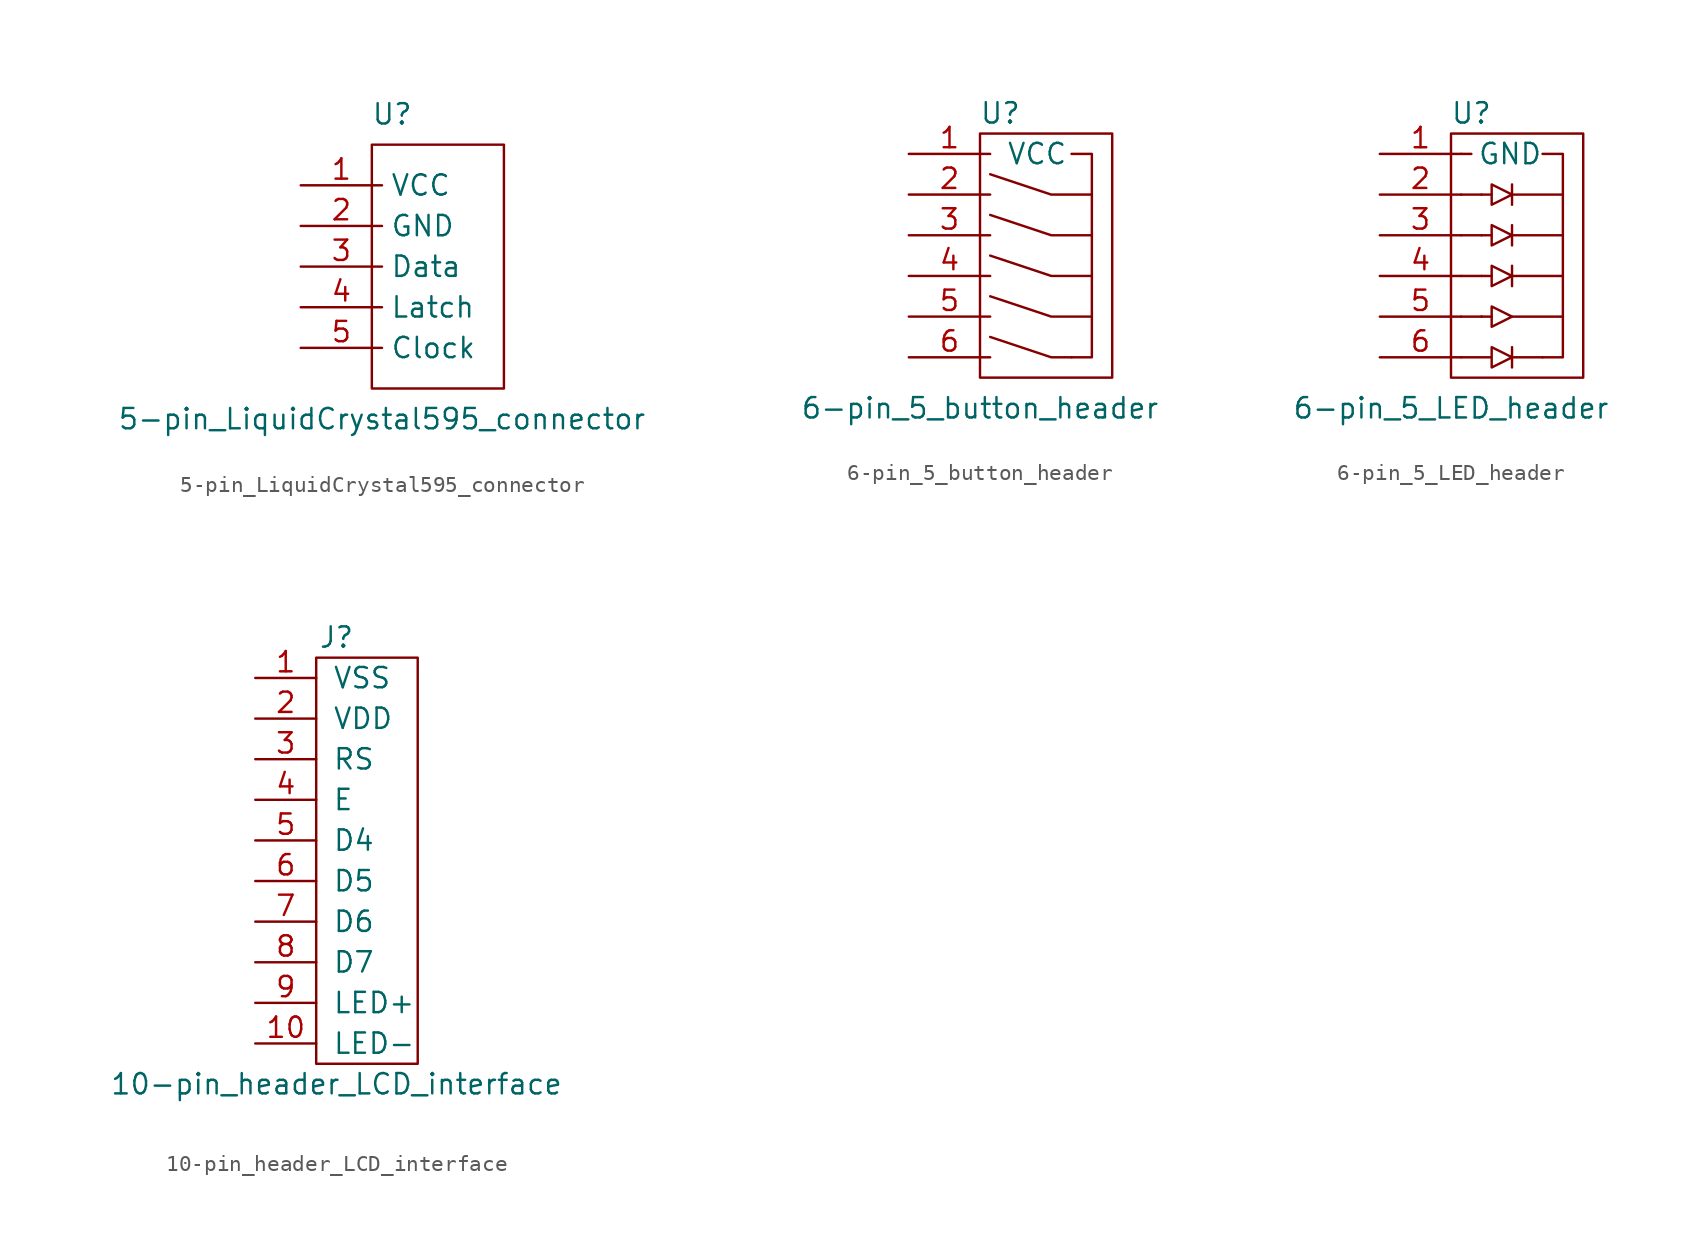
<source format=kicad_sym>
(kicad_symbol_lib
  (version 20231120)
  (generator "kicad_symbol_editor")
  (generator_version "8.0")
  (symbol "5-pin_LiquidCrystal595_connector"
    (property "Reference" "U"
      (at 5.715 4.445 0)
      (effects (font (size 1.27 1.27))))
    (property "Value" "5-pin_LiquidCrystal595_connector"
      (at 5.08 -14.605 0)
      (effects (font (size 1.27 1.27))))
    (symbol "5-pin_LiquidCrystal595_connector_0_1"
      (polyline (pts (xy 4.445 0) (xy 4.445 2.54) (xy 12.7 2.54) (xy 12.7 -12.7) (xy 5.08 -12.7) (xy 4.445 -12.7) (xy 4.445 0)) (stroke (width 0.152) (type default)) (fill (type none))))
    (symbol "5-pin_LiquidCrystal595_connector_1_1"
      (pin power_in line (at 0 0 0) (length 5.08) (name "VCC" (effects (font (size 1.27 1.27)))) (number "1" (effects (font (size 1.27 1.27)))))
      (pin power_in line (at 0 -2.54 0) (length 5.08) (name "GND" (effects (font (size 1.27 1.27)))) (number "2" (effects (font (size 1.27 1.27)))))
      (pin input line (at 0 -5.08 0) (length 5.08) (name "Data" (effects (font (size 1.27 1.27)))) (number "3" (effects (font (size 1.27 1.27)))))
      (pin input line (at 0 -7.62 0) (length 5.08) (name "Latch" (effects (font (size 1.27 1.27)))) (number "4" (effects (font (size 1.27 1.27)))))
      (pin input line (at 0 -10.16 0) (length 5.08) (name "Clock" (effects (font (size 1.27 1.27)))) (number "5" (effects (font (size 1.27 1.27)))))))
  (symbol "6-pin_5_button_header"
    (pin_names
      (offset 1.016))
    (property "Reference" "U"
      (at 5.715 2.54 0)
      (effects (font (size 1.27 1.27))))
    (property "Value" "6-pin_5_button_header"
      (at 4.445 -15.875 0)
      (effects (font (size 1.27 1.27))))
    (symbol "6-pin_5_button_header_0_1"
      (polyline (pts (xy 5.08 -11.43) (xy 8.89 -12.7) (xy 10.16 -12.7)) (stroke (width 0) (type default)) (fill (type none)))
      (polyline (pts (xy 5.08 -8.89) (xy 8.89 -10.16) (xy 11.43 -10.16)) (stroke (width 0) (type default)) (fill (type none)))
      (polyline (pts (xy 5.08 -6.35) (xy 8.89 -7.62) (xy 11.43 -7.62)) (stroke (width 0) (type default)) (fill (type none)))
      (polyline (pts (xy 5.08 -3.81) (xy 8.89 -5.08) (xy 11.43 -5.08)) (stroke (width 0) (type default)) (fill (type none)))
      (polyline (pts (xy 10.16 0) (xy 11.43 0) (xy 11.43 -12.7) (xy 10.16 -12.7)) (stroke (width 0) (type default)) (fill (type none)))
      (polyline (pts (xy 11.43 -2.54) (xy 10.16 -2.54) (xy 8.89 -2.54) (xy 5.08 -1.27)) (stroke (width 0) (type default)) (fill (type none)))
      (polyline (pts (xy 4.445 -13.97) (xy 12.7 -13.97) (xy 12.7 1.27) (xy 4.445 1.27) (xy 4.445 -13.97)) (stroke (width 0) (type default)) (fill (type none))))
    (symbol "6-pin_5_button_header_1_1"
      (pin power_in line (at 0 0 0) (length 5.08) (name "VCC" (effects (font (size 1.27 1.27)))) (number "1" (effects (font (size 1.27 1.27)))))
      (pin output line (at 0 -2.54 0) (length 5.08) (name "~" (effects (font (size 1.27 1.27)))) (number "2" (effects (font (size 1.27 1.27)))))
      (pin output line (at 0 -5.08 0) (length 5.08) (name "~" (effects (font (size 1.27 1.27)))) (number "3" (effects (font (size 1.27 1.27)))))
      (pin output line (at 0 -7.62 0) (length 5.08) (name "~" (effects (font (size 1.27 1.27)))) (number "4" (effects (font (size 1.27 1.27)))))
      (pin output line (at 0 -10.16 0) (length 5.08) (name "~" (effects (font (size 1.27 1.27)))) (number "5" (effects (font (size 1.27 1.27)))))
      (pin output line (at 0 -12.7 0) (length 5.08) (name "~" (effects (font (size 1.27 1.27)))) (number "6" (effects (font (size 1.27 1.27)))))))
  (symbol "6-pin_5_LED_header"
    (pin_names
      (offset 1.016))
    (property "Reference" "U"
      (at 5.715 2.54 0)
      (effects (font (size 1.27 1.27))))
    (property "Value" "6-pin_5_LED_header"
      (at 4.445 -15.875 0)
      (effects (font (size 1.27 1.27))))
    (symbol "6-pin_5_LED_header_0_1"
      (polyline (pts (xy 5.08 0) (xy 5.715 0)) (stroke (width 0) (type default)) (fill (type none)))
      (polyline (pts (xy 6.35 -10.16) (xy 5.08 -10.16)) (stroke (width 0) (type default)) (fill (type none)))
      (polyline (pts (xy 6.35 -10.16) (xy 6.35 -10.16)) (stroke (width 0) (type default)) (fill (type none)))
      (polyline (pts (xy 6.35 -7.62) (xy 5.08 -7.62)) (stroke (width 0) (type default)) (fill (type none)))
      (polyline (pts (xy 6.35 -5.08) (xy 5.08 -5.08)) (stroke (width 0) (type default)) (fill (type none)))
      (polyline (pts (xy 6.35 -5.08) (xy 6.985 -5.08)) (stroke (width 0) (type default)) (fill (type none)))
      (polyline (pts (xy 6.35 -2.54) (xy 5.08 -2.54)) (stroke (width 0) (type default)) (fill (type none)))
      (polyline (pts (xy 6.985 -10.16) (xy 6.35 -10.16)) (stroke (width 0) (type default)) (fill (type none)))
      (polyline (pts (xy 6.985 -7.62) (xy 6.35 -7.62)) (stroke (width 0) (type default)) (fill (type none)))
      (polyline (pts (xy 6.985 -2.54) (xy 6.35 -2.54)) (stroke (width 0) (type default)) (fill (type none)))
      (polyline (pts (xy 8.255 -12.7) (xy 10.16 -12.7)) (stroke (width 0) (type default)) (fill (type none)))
      (polyline (pts (xy 8.255 -12.065) (xy 8.255 -13.335)) (stroke (width 0) (type default)) (fill (type none)))
      (polyline (pts (xy 8.255 -10.16) (xy 11.43 -10.16)) (stroke (width 0) (type default)) (fill (type none)))
      (polyline (pts (xy 8.255 -7.62) (xy 11.43 -7.62)) (stroke (width 0) (type default)) (fill (type none)))
      (polyline (pts (xy 8.255 -6.985) (xy 8.255 -8.255)) (stroke (width 0) (type default)) (fill (type none)))
      (polyline (pts (xy 8.255 -5.08) (xy 8.255 -5.715)) (stroke (width 0) (type default)) (fill (type none)))
      (polyline (pts (xy 8.255 -5.08) (xy 11.43 -5.08)) (stroke (width 0) (type default)) (fill (type none)))
      (polyline (pts (xy 8.255 -4.445) (xy 8.255 -5.08)) (stroke (width 0) (type default)) (fill (type none)))
      (polyline (pts (xy 8.255 -2.54) (xy 11.43 -2.54)) (stroke (width 0) (type default)) (fill (type none)))
      (polyline (pts (xy 8.255 -1.905) (xy 8.255 -3.175)) (stroke (width 0) (type default)) (fill (type none)))
      (polyline (pts (xy 6.985 -10.795) (xy 6.985 -9.525) (xy 8.255 -10.16) (xy 6.985 -10.795)) (stroke (width 0) (type default)) (fill (type none)))
      (polyline (pts (xy 8.255 -7.62) (xy 6.985 -6.985) (xy 6.985 -8.255) (xy 8.255 -7.62)) (stroke (width 0) (type default)) (fill (type none)))
      (polyline (pts (xy 8.255 -5.08) (xy 6.985 -4.445) (xy 6.985 -5.715) (xy 8.255 -5.08)) (stroke (width 0) (type default)) (fill (type none)))
      (polyline (pts (xy 8.255 -2.54) (xy 6.985 -3.175) (xy 6.985 -1.905) (xy 8.255 -2.54)) (stroke (width 0) (type default)) (fill (type none)))
      (polyline (pts (xy 10.16 0) (xy 11.43 0) (xy 11.43 -12.7) (xy 10.16 -12.7)) (stroke (width 0) (type default)) (fill (type none)))
      (polyline (pts (xy 4.445 -13.97) (xy 12.7 -13.97) (xy 12.7 1.27) (xy 4.445 1.27) (xy 4.445 -13.97)) (stroke (width 0) (type default)) (fill (type none)))
      (polyline (pts (xy 5.08 -12.7) (xy 6.985 -12.7) (xy 6.985 -12.065) (xy 8.255 -12.7) (xy 6.985 -13.335) (xy 6.985 -12.7)) (stroke (width 0) (type default)) (fill (type none))))
    (symbol "6-pin_5_LED_header_1_1"
      (pin power_in line (at 0 0 0) (length 5.08) (name "GND" (effects (font (size 1.27 1.27)))) (number "1" (effects (font (size 1.27 1.27)))))
      (pin input line (at 0 -2.54 0) (length 5.08) (name "~" (effects (font (size 1.27 1.27)))) (number "2" (effects (font (size 1.27 1.27)))))
      (pin input line (at 0 -5.08 0) (length 5.08) (name "~" (effects (font (size 1.27 1.27)))) (number "3" (effects (font (size 1.27 1.27)))))
      (pin input line (at 0 -7.62 0) (length 5.08) (name "~" (effects (font (size 1.27 1.27)))) (number "4" (effects (font (size 1.27 1.27)))))
      (pin input line (at 0 -10.16 0) (length 5.08) (name "~" (effects (font (size 1.27 1.27)))) (number "5" (effects (font (size 1.27 1.27)))))
      (pin input line (at 0 -12.7 0) (length 5.08) (name "~" (effects (font (size 1.27 1.27)))) (number "6" (effects (font (size 1.27 1.27)))))))
  (symbol "10-pin_header_LCD_interface"
    (pin_names
      (offset 1.016))
    (property "Reference" "J"
      (at 0 10.16 0)
      (effects (font (size 1.27 1.27))))
    (property "Value" "10-pin_header_LCD_interface"
      (at 0 -17.78 0)
      (effects (font (size 1.27 1.27))))
    (symbol "10-pin_header_LCD_interface_0_1"
      (rectangle (start -1.27 8.89) (end 5.08 -16.51) (stroke (width 0) (type default)) (fill (type none))))
    (symbol "10-pin_header_LCD_interface_1_1"
      (pin power_in line (at -5.08 7.62 0) (length 3.81) (name "VSS" (effects (font (size 1.27 1.27)))) (number "1" (effects (font (size 1.27 1.27)))))
      (pin power_in line (at -5.08 -15.24 0) (length 3.81) (name "LED-" (effects (font (size 1.27 1.27)))) (number "10" (effects (font (size 1.27 1.27)))))
      (pin power_in line (at -5.08 5.08 0) (length 3.81) (name "VDD" (effects (font (size 1.27 1.27)))) (number "2" (effects (font (size 1.27 1.27)))))
      (pin input line (at -5.08 2.54 0) (length 3.81) (name "RS" (effects (font (size 1.27 1.27)))) (number "3" (effects (font (size 1.27 1.27)))))
      (pin input line (at -5.08 0 0) (length 3.81) (name "E" (effects (font (size 1.27 1.27)))) (number "4" (effects (font (size 1.27 1.27)))))
      (pin input line (at -5.08 -2.54 0) (length 3.81) (name "D4" (effects (font (size 1.27 1.27)))) (number "5" (effects (font (size 1.27 1.27)))))
      (pin input line (at -5.08 -5.08 0) (length 3.81) (name "D5" (effects (font (size 1.27 1.27)))) (number "6" (effects (font (size 1.27 1.27)))))
      (pin input line (at -5.08 -7.62 0) (length 3.81) (name "D6" (effects (font (size 1.27 1.27)))) (number "7" (effects (font (size 1.27 1.27)))))
      (pin input line (at -5.08 -10.16 0) (length 3.81) (name "D7" (effects (font (size 1.27 1.27)))) (number "8" (effects (font (size 1.27 1.27)))))
      (pin power_in line (at -5.08 -12.7 0) (length 3.81) (name "LED+" (effects (font (size 1.27 1.27)))) (number "9" (effects (font (size 1.27 1.27))))))))
</source>
